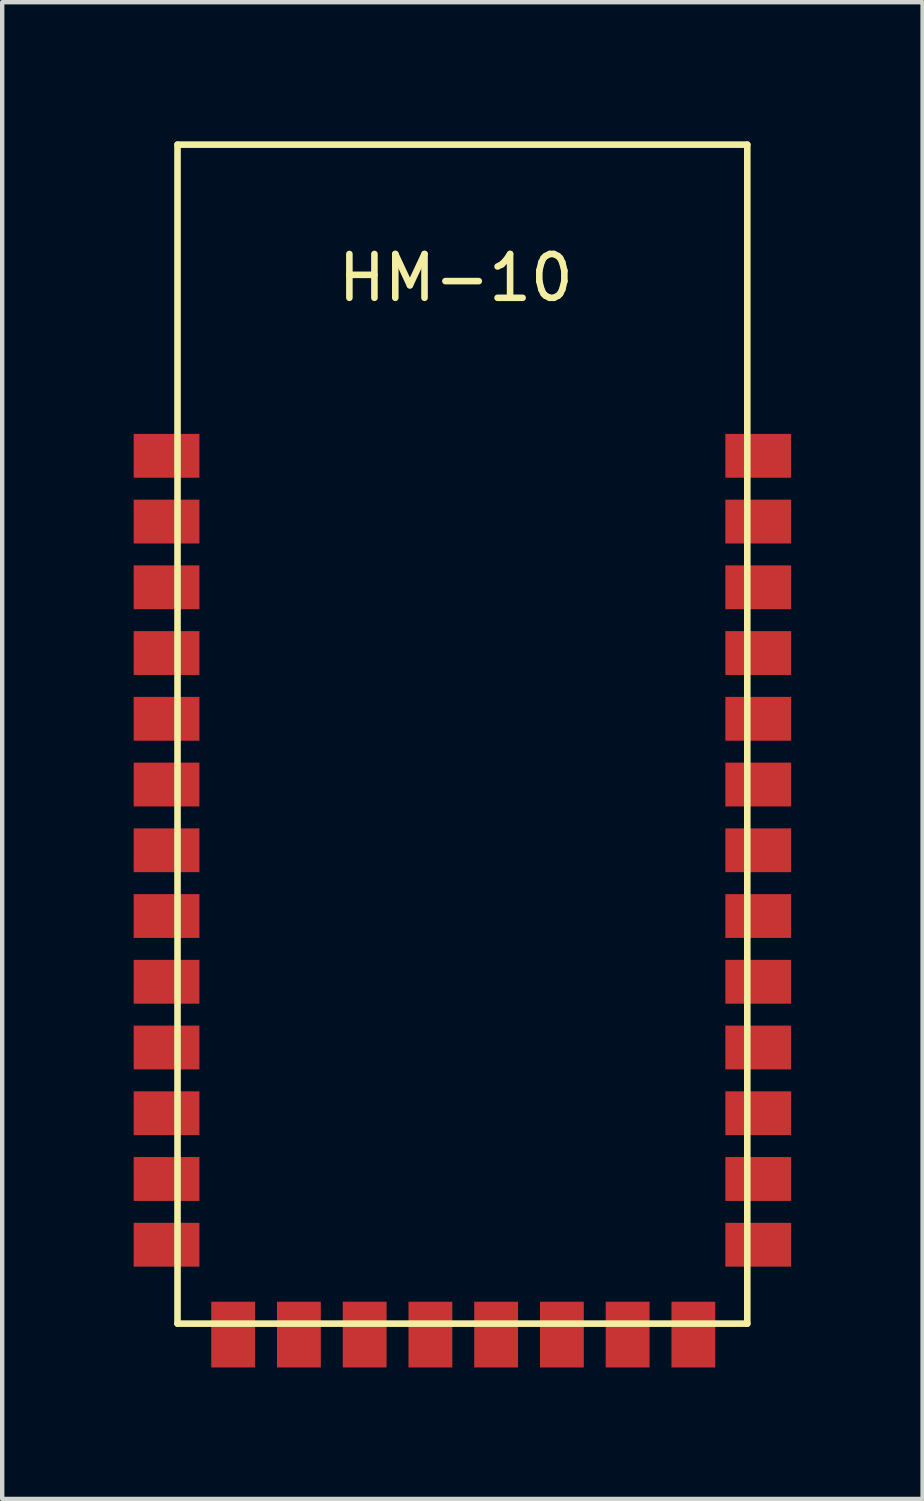
<source format=kicad_pcb>
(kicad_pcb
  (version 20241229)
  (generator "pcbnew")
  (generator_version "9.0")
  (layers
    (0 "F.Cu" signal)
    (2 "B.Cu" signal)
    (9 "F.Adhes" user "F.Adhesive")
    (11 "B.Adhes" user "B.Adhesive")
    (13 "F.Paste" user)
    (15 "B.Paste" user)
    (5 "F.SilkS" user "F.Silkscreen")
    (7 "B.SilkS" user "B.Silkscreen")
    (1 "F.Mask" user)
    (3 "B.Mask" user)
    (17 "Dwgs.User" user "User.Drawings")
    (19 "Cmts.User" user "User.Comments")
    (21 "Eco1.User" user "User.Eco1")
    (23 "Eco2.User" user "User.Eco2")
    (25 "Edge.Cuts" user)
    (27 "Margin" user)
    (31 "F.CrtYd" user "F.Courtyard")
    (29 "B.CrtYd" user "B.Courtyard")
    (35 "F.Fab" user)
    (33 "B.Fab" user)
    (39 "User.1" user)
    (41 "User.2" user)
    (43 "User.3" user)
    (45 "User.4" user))
  (footprint "HM-10"
    (layer "F.Cu")
    (at 1 0.25)
    (property "Reference" "HM-10" (at 6.35 3.04 0) (layer "F.SilkS") (effects (font (size 1 1) (thickness 0.15))))
    (attr through_hole)
    (fp_line (start 0 0) (end 0 26.9) (stroke (width 0.15) (type solid)) (layer "F.SilkS"))
    (fp_line (start 0 0) (end 13 0) (stroke (width 0.15) (type solid)) (layer "F.SilkS"))
    (fp_line (start 0 26.9) (end 13 26.9) (stroke (width 0.15) (type solid)) (layer "F.SilkS"))
    (fp_line (start 13 0) (end 13 26.9) (stroke (width 0.15) (type solid)) (layer "F.SilkS"))
    (pad "1" smd rect (at 0 7.1) (size 1.5 1) (drill (offset -0.25 0)) (layers "F.Cu" "F.Mask" "F.Paste"))
    (pad "2" smd rect (at 0 8.6) (size 1.5 1) (drill (offset -0.25 0)) (layers "F.Cu" "F.Mask" "F.Paste"))
    (pad "3" smd rect (at 0 10.1) (size 1.5 1) (drill (offset -0.25 0)) (layers "F.Cu" "F.Mask" "F.Paste"))
    (pad "4" smd rect (at 0 11.6) (size 1.5 1) (drill (offset -0.25 0)) (layers "F.Cu" "F.Mask" "F.Paste"))
    (pad "5" smd rect (at 0 13.1) (size 1.5 1) (drill (offset -0.25 0)) (layers "F.Cu" "F.Mask" "F.Paste"))
    (pad "6" smd rect (at 0 14.6) (size 1.5 1) (drill (offset -0.25 0)) (layers "F.Cu" "F.Mask" "F.Paste"))
    (pad "7" smd rect (at 0 16.1) (size 1.5 1) (drill (offset -0.25 0)) (layers "F.Cu" "F.Mask" "F.Paste"))
    (pad "8" smd rect (at 0 17.6) (size 1.5 1) (drill (offset -0.25 0)) (layers "F.Cu" "F.Mask" "F.Paste"))
    (pad "9" smd rect (at 0 19.1) (size 1.5 1) (drill (offset -0.25 0)) (layers "F.Cu" "F.Mask" "F.Paste"))
    (pad "10" smd rect (at 0 20.6) (size 1.5 1) (drill (offset -0.25 0)) (layers "F.Cu" "F.Mask" "F.Paste"))
    (pad "11" smd rect (at 0 22.1) (size 1.5 1) (drill (offset -0.25 0)) (layers "F.Cu" "F.Mask" "F.Paste"))
    (pad "12" smd rect (at 0 23.6) (size 1.5 1) (drill (offset -0.25 0)) (layers "F.Cu" "F.Mask" "F.Paste"))
    (pad "13" smd rect (at 0 25.1) (size 1.5 1) (drill (offset -0.25 0)) (layers "F.Cu" "F.Mask" "F.Paste"))
    (pad "14" smd rect (at 1.27 26.9) (size 1 1.5) (drill (offset 0 0.25)) (layers "F.Cu" "F.Mask" "F.Paste"))
    (pad "15" smd rect (at 2.77 26.9) (size 1 1.5) (drill (offset 0 0.25)) (layers "F.Cu" "F.Mask" "F.Paste"))
    (pad "16" smd rect (at 4.27 26.9) (size 1 1.5) (drill (offset 0 0.25)) (layers "F.Cu" "F.Mask" "F.Paste"))
    (pad "17" smd rect (at 5.77 26.9) (size 1 1.5) (drill (offset 0 0.25)) (layers "F.Cu" "F.Mask" "F.Paste"))
    (pad "18" smd rect (at 7.27 26.9) (size 1 1.5) (drill (offset 0 0.25)) (layers "F.Cu" "F.Mask" "F.Paste"))
    (pad "19" smd rect (at 8.77 26.9) (size 1 1.5) (drill (offset 0 0.25)) (layers "F.Cu" "F.Mask" "F.Paste"))
    (pad "20" smd rect (at 10.27 26.9) (size 1 1.5) (drill (offset 0 0.25)) (layers "F.Cu" "F.Mask" "F.Paste"))
    (pad "21" smd rect (at 11.77 26.9) (size 1 1.5) (drill (offset 0 0.25)) (layers "F.Cu" "F.Mask" "F.Paste"))
    (pad "22" smd rect (at 13 25.1) (size 1.5 1) (drill (offset 0.25 0)) (layers "F.Cu" "F.Mask" "F.Paste"))
    (pad "23" smd rect (at 13 23.6) (size 1.5 1) (drill (offset 0.25 0)) (layers "F.Cu" "F.Mask" "F.Paste"))
    (pad "24" smd rect (at 13 22.1) (size 1.5 1) (drill (offset 0.25 0)) (layers "F.Cu" "F.Mask" "F.Paste"))
    (pad "25" smd rect (at 13 20.6) (size 1.5 1) (drill (offset 0.25 0)) (layers "F.Cu" "F.Mask" "F.Paste"))
    (pad "26" smd rect (at 13 19.1) (size 1.5 1) (drill (offset 0.25 0)) (layers "F.Cu" "F.Mask" "F.Paste"))
    (pad "27" smd rect (at 13 17.6) (size 1.5 1) (drill (offset 0.25 0)) (layers "F.Cu" "F.Mask" "F.Paste"))
    (pad "28" smd rect (at 13 16.1) (size 1.5 1) (drill (offset 0.25 0)) (layers "F.Cu" "F.Mask" "F.Paste"))
    (pad "29" smd rect (at 13 14.6) (size 1.5 1) (drill (offset 0.25 0)) (layers "F.Cu" "F.Mask" "F.Paste"))
    (pad "30" smd rect (at 13 13.1) (size 1.5 1) (drill (offset 0.25 0)) (layers "F.Cu" "F.Mask" "F.Paste"))
    (pad "31" smd rect (at 13 11.6) (size 1.5 1) (drill (offset 0.25 0)) (layers "F.Cu" "F.Mask" "F.Paste"))
    (pad "32" smd rect (at 13 10.1) (size 1.5 1) (drill (offset 0.25 0)) (layers "F.Cu" "F.Mask" "F.Paste"))
    (pad "33" smd rect (at 13 8.6) (size 1.5 1) (drill (offset 0.25 0)) (layers "F.Cu" "F.Mask" "F.Paste"))
    (pad "34" smd rect (at 13 7.1) (size 1.5 1) (drill (offset 0.25 0)) (layers "F.Cu" "F.Mask" "F.Paste")))
  (gr_rect
    (start -3 -3)
    (end 18 31.15)
    (stroke (width 0.1) (type default))
    (fill no)
    (layer "Edge.Cuts")))
</source>
